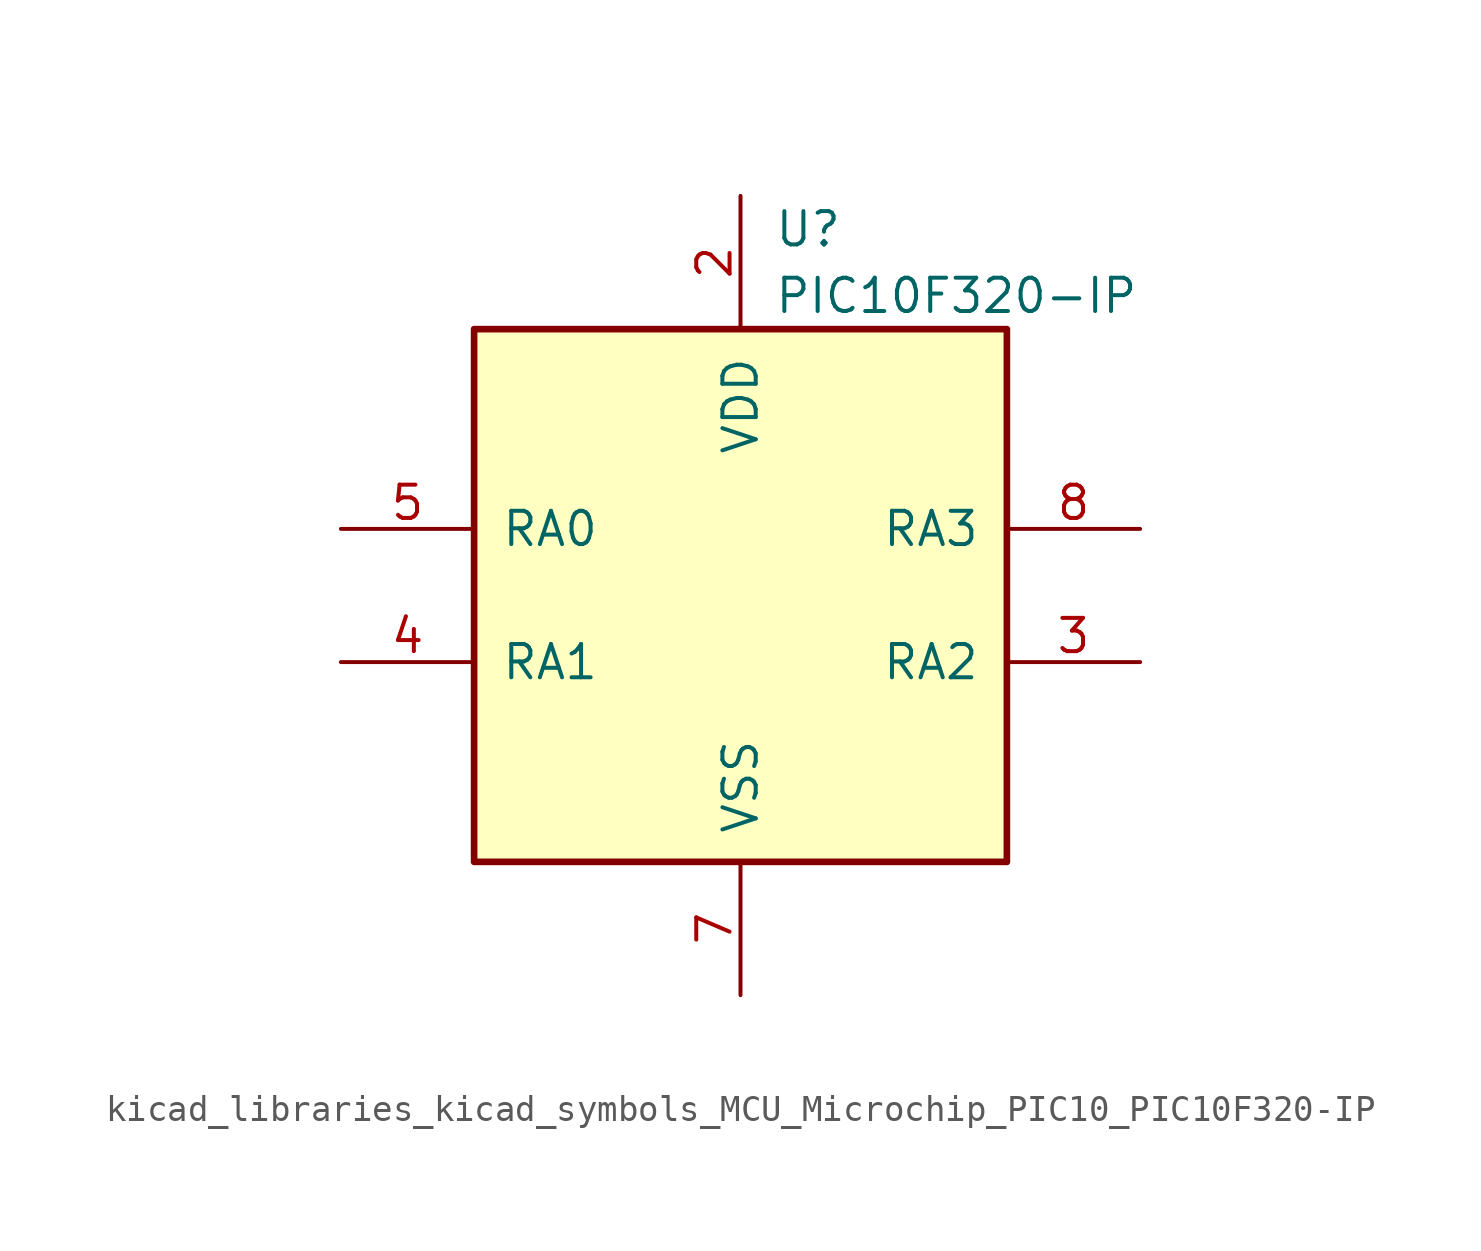
<source format=kicad_sym>
(kicad_symbol_lib
  (version 20220914)
  (generator kicad_symbol_editor)
  (symbol "kicad_libraries_kicad_symbols_MCU_Microchip_PIC10_PIC10F320-IP"
    (pin_names
      (offset 1.016))
    (property "Reference" "U"
      (at 1.27 13.97 0)
      (effects (font (size 1.27 1.27)) (justify left)))
    (property "Value" "PIC10F320-IP"
      (at 1.27 11.43 0)
      (effects (font (size 1.27 1.27)) (justify left)))
    (symbol "kicad_libraries_kicad_symbols_MCU_Microchip_PIC10_PIC10F320-IP_0_1"
      (rectangle (start -10.16 10.16) (end 10.16 -10.16) (stroke (width 0.254) (type default)) (fill (type background))))
    (symbol "kicad_libraries_kicad_symbols_MCU_Microchip_PIC10_PIC10F320-IP_1_1"
      (pin power_in line (at 0 15.24 270) (length 5.08) (name "VDD" (effects (font (size 1.27 1.27)))) (number "2" (effects (font (size 1.27 1.27)))))
      (pin bidirectional line (at 15.24 -2.54 180) (length 5.08) (name "RA2" (effects (font (size 1.27 1.27)))) (number "3" (effects (font (size 1.27 1.27)))))
      (pin bidirectional line (at -15.24 -2.54 0) (length 5.08) (name "RA1" (effects (font (size 1.27 1.27)))) (number "4" (effects (font (size 1.27 1.27)))))
      (pin bidirectional line (at -15.24 2.54 0) (length 5.08) (name "RA0" (effects (font (size 1.27 1.27)))) (number "5" (effects (font (size 1.27 1.27)))))
      (pin power_in line (at 0 -15.24 90) (length 5.08) (name "VSS" (effects (font (size 1.27 1.27)))) (number "7" (effects (font (size 1.27 1.27)))))
      (pin input line (at 15.24 2.54 180) (length 5.08) (name "RA3" (effects (font (size 1.27 1.27)))) (number "8" (effects (font (size 1.27 1.27))))))))
</source>
